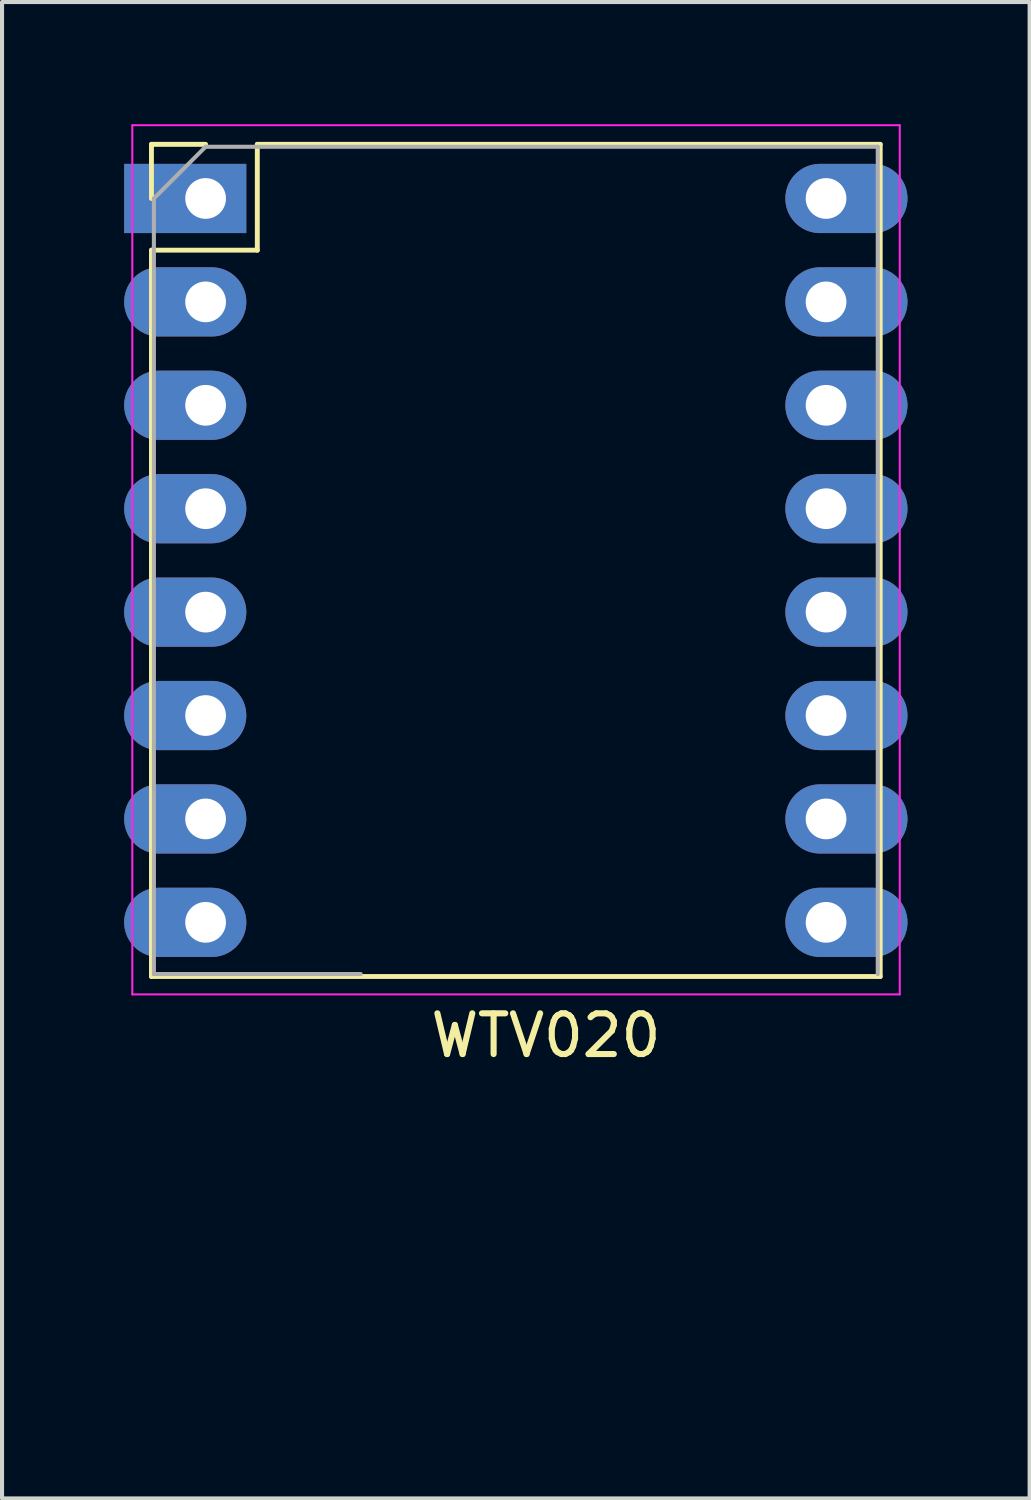
<source format=kicad_pcb>
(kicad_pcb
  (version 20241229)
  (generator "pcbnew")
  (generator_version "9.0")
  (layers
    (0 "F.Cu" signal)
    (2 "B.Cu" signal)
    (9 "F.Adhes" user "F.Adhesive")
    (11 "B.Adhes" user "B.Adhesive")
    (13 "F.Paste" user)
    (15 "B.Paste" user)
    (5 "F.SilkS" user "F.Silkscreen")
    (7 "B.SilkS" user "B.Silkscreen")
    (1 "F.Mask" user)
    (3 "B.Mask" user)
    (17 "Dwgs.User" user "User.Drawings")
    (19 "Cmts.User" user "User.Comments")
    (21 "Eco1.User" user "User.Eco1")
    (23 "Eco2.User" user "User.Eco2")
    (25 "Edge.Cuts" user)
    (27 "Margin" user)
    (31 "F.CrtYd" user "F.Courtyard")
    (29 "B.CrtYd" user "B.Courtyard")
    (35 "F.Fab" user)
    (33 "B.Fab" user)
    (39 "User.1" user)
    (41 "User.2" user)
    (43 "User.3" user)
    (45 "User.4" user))
  (footprint "WTV020"
    (layer "F.Cu")
    (at 12.9 30.505)
    (property "Reference" "WTV020" (at -2.54 -8.12 0) (unlocked yes) (layer "F.SilkS") (effects (font (size 1 1) (thickness 0.15))))
    (attr through_hole)
    (fp_line (start -12.23 -30.01) (end -10.9 -30.01) (stroke (width 0.12) (type solid)) (layer "F.SilkS"))
    (fp_line (start -12.23 -28.68) (end -12.23 -30.01) (stroke (width 0.12) (type solid)) (layer "F.SilkS"))
    (fp_line (start -12.23 -27.41) (end -12.23 -9.57) (stroke (width 0.12) (type solid)) (layer "F.SilkS"))
    (fp_line (start -12.23 -27.41) (end -9.63 -27.41) (stroke (width 0.12) (type solid)) (layer "F.SilkS"))
    (fp_line (start -12.23 -9.57) (end 5.67 -9.57) (stroke (width 0.12) (type solid)) (layer "F.SilkS"))
    (fp_line (start -9.63 -30.01) (end 5.67 -30.01) (stroke (width 0.12) (type solid)) (layer "F.SilkS"))
    (fp_line (start -9.63 -27.41) (end -9.63 -30.01) (stroke (width 0.12) (type solid)) (layer "F.SilkS"))
    (fp_line (start 5.67 -30.01) (end 5.67 -9.57) (stroke (width 0.12) (type solid)) (layer "F.SilkS"))
    (fp_line (start -12.7 -30.48) (end -12.7 -9.13) (stroke (width 0.05) (type solid)) (layer "F.CrtYd"))
    (fp_line (start -12.7 -9.13) (end 6.15 -9.13) (stroke (width 0.05) (type solid)) (layer "F.CrtYd"))
    (fp_line (start 6.15 -30.48) (end -12.7 -30.48) (stroke (width 0.05) (type solid)) (layer "F.CrtYd"))
    (fp_line (start 6.15 -9.13) (end 6.15 -30.48) (stroke (width 0.05) (type solid)) (layer "F.CrtYd"))
    (fp_line (start -12.17 -28.68) (end -10.9 -29.95) (stroke (width 0.1) (type solid)) (layer "F.Fab"))
    (fp_line (start -12.17 -9.63) (end -12.17 -28.68) (stroke (width 0.1) (type solid)) (layer "F.Fab"))
    (fp_line (start -10.9 -29.95) (end 5.61 -29.95) (stroke (width 0.1) (type solid)) (layer "F.Fab"))
    (fp_line (start -7.09 -9.63) (end -12.17 -9.63) (stroke (width 0.1) (type solid)) (layer "F.Fab"))
    (fp_line (start 5.61 -29.95) (end 5.61 -9.63) (stroke (width 0.1) (type solid)) (layer "F.Fab"))
    (pad "1" thru_hole rect (at -10.9 -28.68) (size 3 1.7) (drill 1 (offset -0.5 0)) (layers "*.Cu" "*.Mask"))
    (pad "2" thru_hole oval (at 4.34 -28.68) (size 3 1.7) (drill 1 (offset 0.5 0)) (layers "*.Cu" "*.Mask"))
    (pad "3" thru_hole oval (at -10.9 -26.14) (size 3 1.7) (drill 1 (offset -0.5 0)) (layers "*.Cu" "*.Mask"))
    (pad "4" thru_hole oval (at 4.34 -26.14) (size 3 1.7) (drill 1 (offset 0.5 0)) (layers "*.Cu" "*.Mask"))
    (pad "5" thru_hole oval (at -10.9 -23.6) (size 3 1.7) (drill 1 (offset -0.5 0)) (layers "*.Cu" "*.Mask"))
    (pad "6" thru_hole oval (at 4.34 -23.6) (size 3 1.7) (drill 1 (offset 0.5 0)) (layers "*.Cu" "*.Mask"))
    (pad "7" thru_hole oval (at -10.9 -21.06) (size 3 1.7) (drill 1 (offset -0.5 0)) (layers "*.Cu" "*.Mask"))
    (pad "8" thru_hole oval (at 4.34 -21.06) (size 3 1.7) (drill 1 (offset 0.5 0)) (layers "*.Cu" "*.Mask"))
    (pad "9" thru_hole oval (at -10.9 -18.52) (size 3 1.7) (drill 1 (offset -0.5 0)) (layers "*.Cu" "*.Mask"))
    (pad "10" thru_hole oval (at 4.34 -18.52) (size 3 1.7) (drill 1 (offset 0.5 0)) (layers "*.Cu" "*.Mask"))
    (pad "11" thru_hole oval (at -10.9 -15.98) (size 3 1.7) (drill 1 (offset -0.5 0)) (layers "*.Cu" "*.Mask"))
    (pad "12" thru_hole oval (at 4.34 -15.98) (size 3 1.7) (drill 1 (offset 0.5 0)) (layers "*.Cu" "*.Mask"))
    (pad "13" thru_hole oval (at -10.9 -13.44) (size 3 1.7) (drill 1 (offset -0.5 0)) (layers "*.Cu" "*.Mask"))
    (pad "14" thru_hole oval (at 4.34 -13.44) (size 3 1.7) (drill 1 (offset 0.5 0)) (layers "*.Cu" "*.Mask"))
    (pad "15" thru_hole oval (at -10.9 -10.9) (size 3 1.7) (drill 1 (offset -0.5 0)) (layers "*.Cu" "*.Mask"))
    (pad "16" thru_hole oval (at 4.34 -10.9) (size 3 1.7) (drill 1 (offset 0.5 0)) (layers "*.Cu" "*.Mask")))
  (gr_rect
    (start -3 -3)
    (end 22.24 33.755)
    (stroke (width 0.1) (type default))
    (fill no)
    (layer "Edge.Cuts")))
</source>
